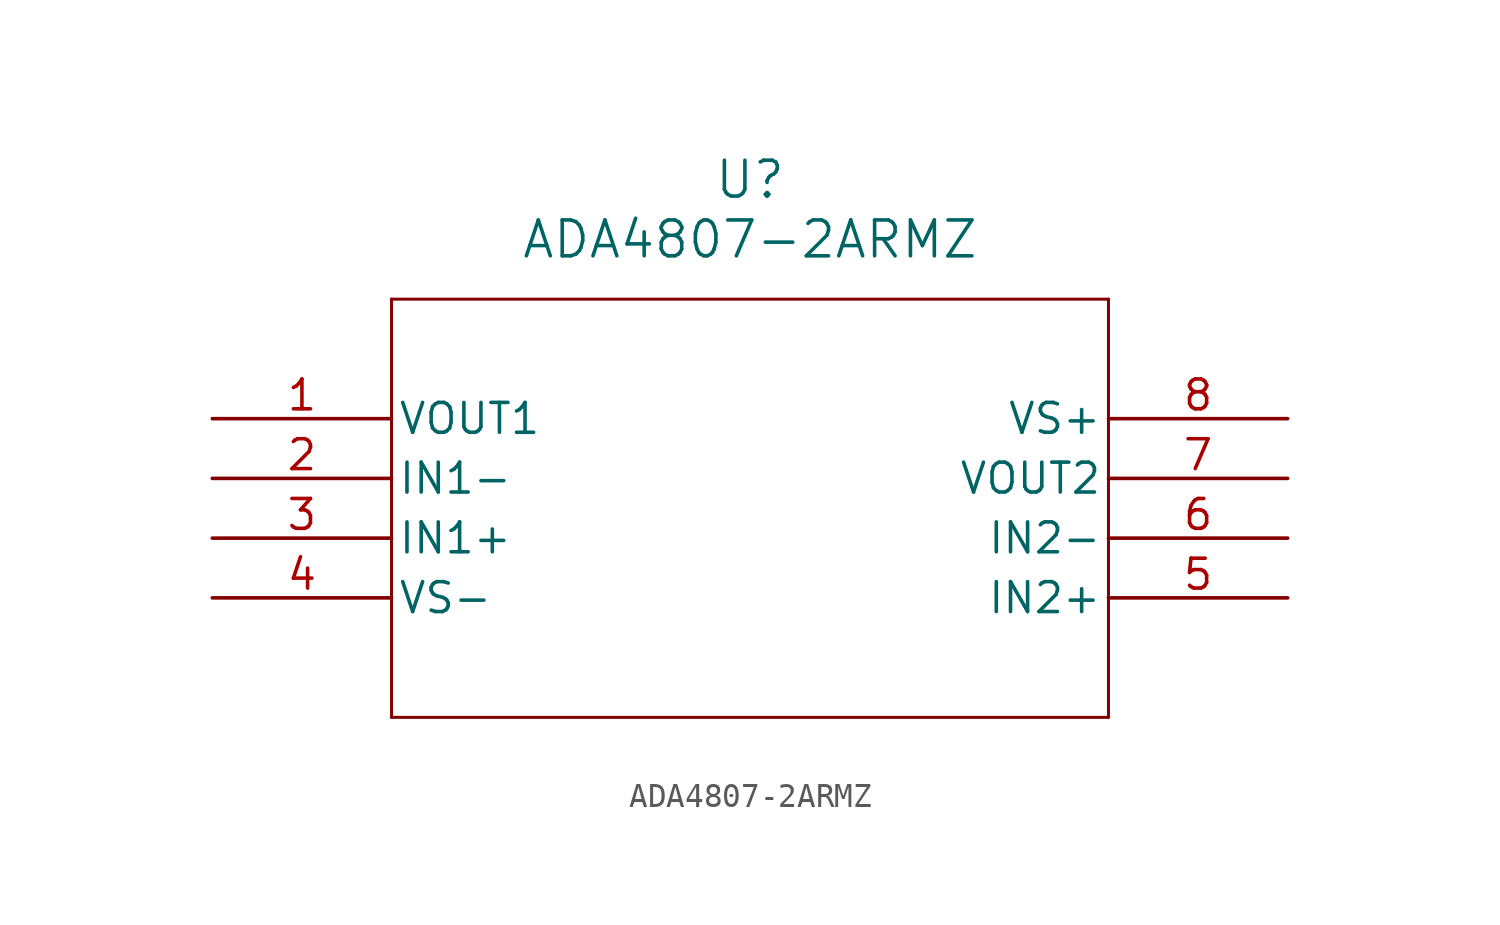
<source format=kicad_sym>
(kicad_symbol_lib
  (version 20211014)
  (generator kicad_symbol_editor)
  (symbol "ADA4807-2ARMZ"
    (pin_names
      (offset 0.254))
    (property "Reference" "U"
      (at 22.86 10.16 0)
      (effects (font (size 1.524 1.524))))
    (property "Value" "ADA4807-2ARMZ"
      (at 22.86 7.62 0)
      (effects (font (size 1.524 1.524))))
    (symbol "ADA4807-2ARMZ_0_1"
      (polyline (pts (xy 7.62 5.08) (xy 7.62 -12.7)) (stroke (width 0.127) (type default) (color 0 0 0 0)) (fill (type none)))
      (polyline (pts (xy 7.62 -12.7) (xy 38.1 -12.7)) (stroke (width 0.127) (type default) (color 0 0 0 0)) (fill (type none)))
      (polyline (pts (xy 38.1 -12.7) (xy 38.1 5.08)) (stroke (width 0.127) (type default) (color 0 0 0 0)) (fill (type none)))
      (polyline (pts (xy 38.1 5.08) (xy 7.62 5.08)) (stroke (width 0.127) (type default) (color 0 0 0 0)) (fill (type none)))
      (pin output line (at 0 0 0) (length 7.62) (name "VOUT1" (effects (font (size 1.27 1.27)))) (number "1" (effects (font (size 1.27 1.27)))))
      (pin input line (at 0 -2.54 0) (length 7.62) (name "IN1-" (effects (font (size 1.27 1.27)))) (number "2" (effects (font (size 1.27 1.27)))))
      (pin input line (at 0 -5.08 0) (length 7.62) (name "IN1+" (effects (font (size 1.27 1.27)))) (number "3" (effects (font (size 1.27 1.27)))))
      (pin power_in line (at 0 -7.62 0) (length 7.62) (name "VS-" (effects (font (size 1.27 1.27)))) (number "4" (effects (font (size 1.27 1.27)))))
      (pin input line (at 45.72 -7.62 180) (length 7.62) (name "IN2+" (effects (font (size 1.27 1.27)))) (number "5" (effects (font (size 1.27 1.27)))))
      (pin input line (at 45.72 -5.08 180) (length 7.62) (name "IN2-" (effects (font (size 1.27 1.27)))) (number "6" (effects (font (size 1.27 1.27)))))
      (pin output line (at 45.72 -2.54 180) (length 7.62) (name "VOUT2" (effects (font (size 1.27 1.27)))) (number "7" (effects (font (size 1.27 1.27)))))
      (pin power_in line (at 45.72 0 180) (length 7.62) (name "VS+" (effects (font (size 1.27 1.27)))) (number "8" (effects (font (size 1.27 1.27))))))))
</source>
